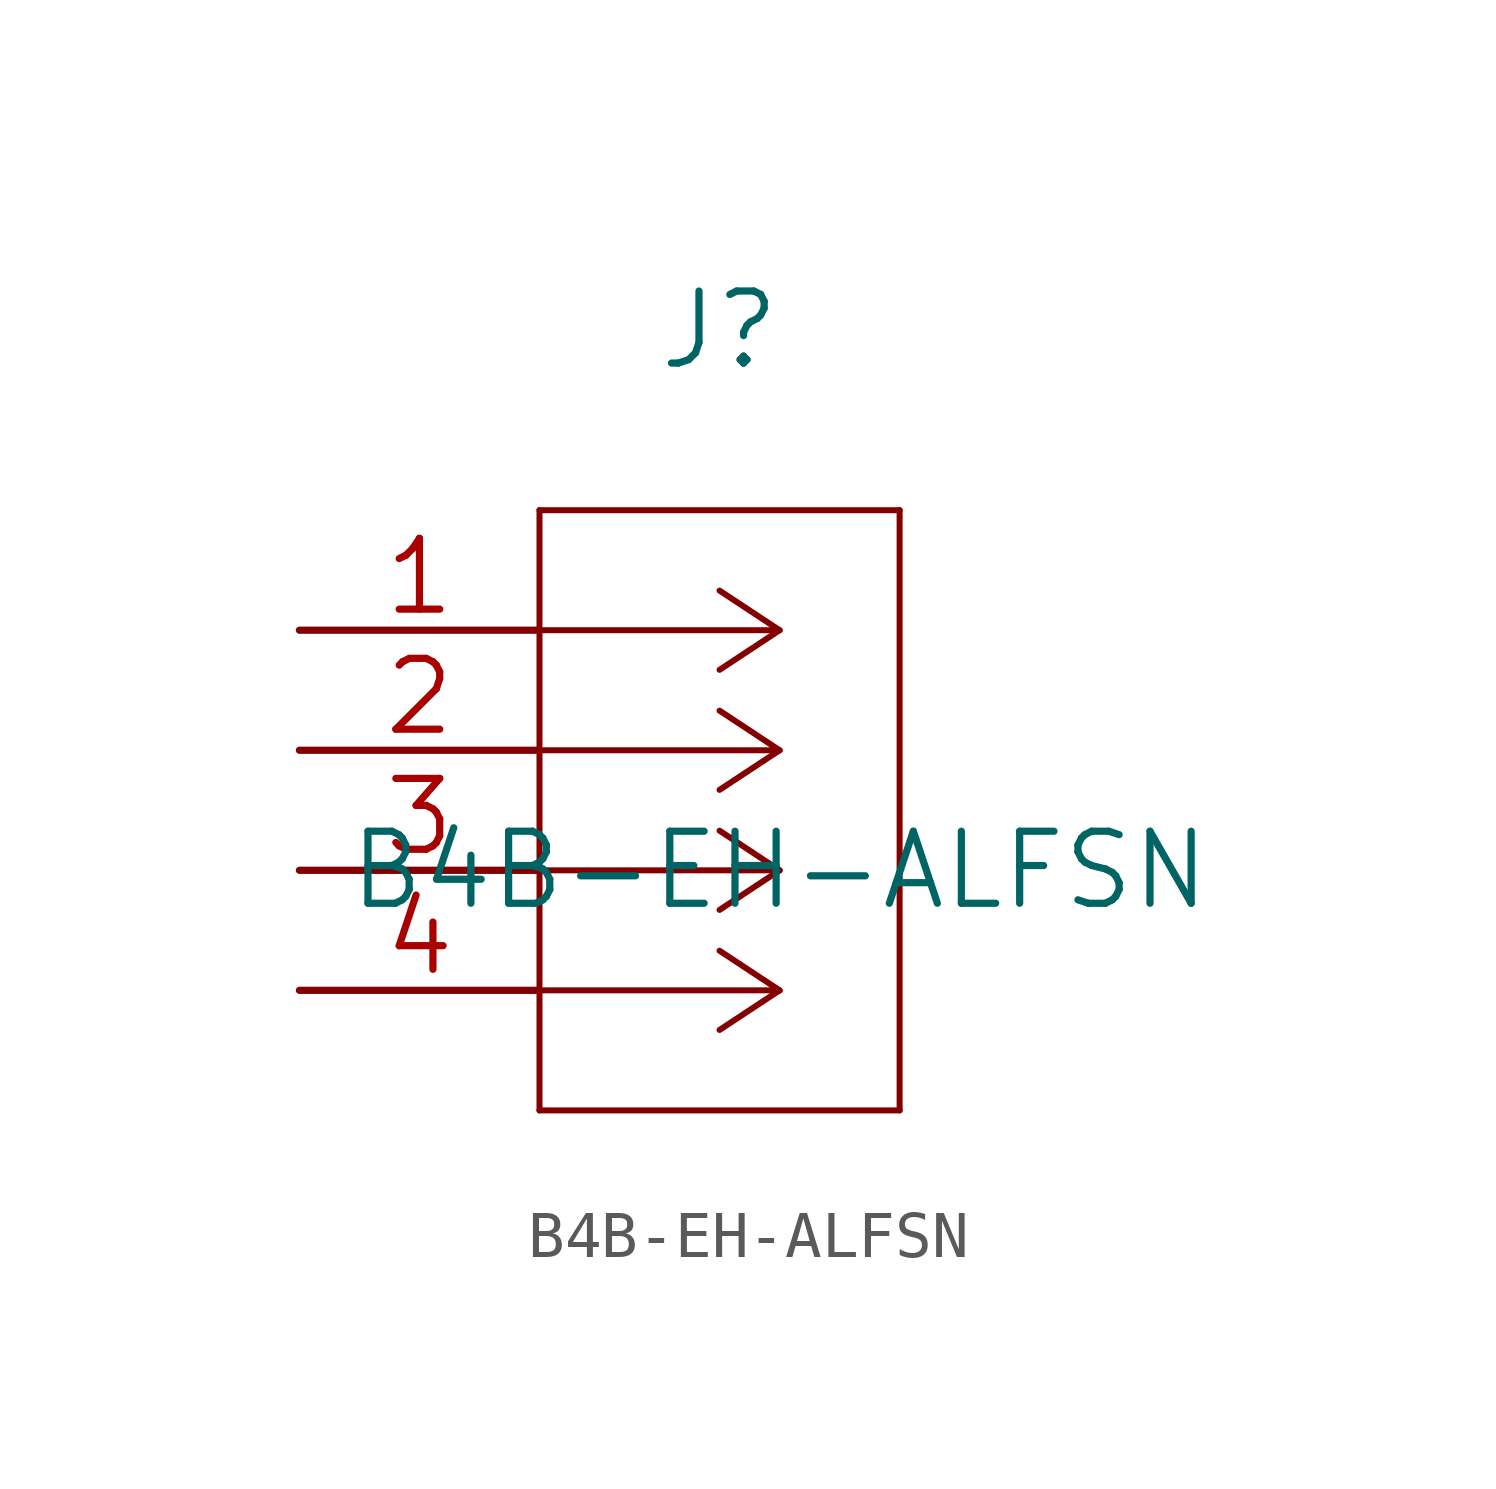
<source format=kicad_sym>
(kicad_symbol_lib
  (version 20211014)
  (generator kicad_symbol_editor)
  (symbol "B4B-EH-ALFSN"
    (pin_names
      (offset 0.254) hide)
    (property "Reference" "J"
      (at 8.89 6.35 0)
      (effects (font (size 1.524 1.524))))
    (property "Value" "B4B-EH-ALFSN"
      (at 10.16 -5.08 0)
      (effects (font (size 1.524 1.524))))
    (property "Datasheet" ""
      (at 0 0 0)
      (effects (font (size 1.524 1.524))))
    (property "ki_locked" ""
      (at 0 0 0)
      (effects (font (size 1.27 1.27))))
    (symbol "B4B-EH-ALFSN_1_1"
      (polyline (pts (xy 5.08 -10.16) (xy 12.7 -10.16)) (stroke (width 0.127) (type default) (color 0 0 0 0)) (fill (type none)))
      (polyline (pts (xy 5.08 2.54) (xy 5.08 -10.16)) (stroke (width 0.127) (type default) (color 0 0 0 0)) (fill (type none)))
      (polyline (pts (xy 10.16 -7.62) (xy 5.08 -7.62)) (stroke (width 0.127) (type default) (color 0 0 0 0)) (fill (type none)))
      (polyline (pts (xy 10.16 -7.62) (xy 8.89 -8.458)) (stroke (width 0.127) (type default) (color 0 0 0 0)) (fill (type none)))
      (polyline (pts (xy 10.16 -7.62) (xy 8.89 -6.782)) (stroke (width 0.127) (type default) (color 0 0 0 0)) (fill (type none)))
      (polyline (pts (xy 10.16 -5.08) (xy 5.08 -5.08)) (stroke (width 0.127) (type default) (color 0 0 0 0)) (fill (type none)))
      (polyline (pts (xy 10.16 -5.08) (xy 8.89 -5.918)) (stroke (width 0.127) (type default) (color 0 0 0 0)) (fill (type none)))
      (polyline (pts (xy 10.16 -5.08) (xy 8.89 -4.242)) (stroke (width 0.127) (type default) (color 0 0 0 0)) (fill (type none)))
      (polyline (pts (xy 10.16 -2.54) (xy 5.08 -2.54)) (stroke (width 0.127) (type default) (color 0 0 0 0)) (fill (type none)))
      (polyline (pts (xy 10.16 -2.54) (xy 8.89 -3.378)) (stroke (width 0.127) (type default) (color 0 0 0 0)) (fill (type none)))
      (polyline (pts (xy 10.16 -2.54) (xy 8.89 -1.702)) (stroke (width 0.127) (type default) (color 0 0 0 0)) (fill (type none)))
      (polyline (pts (xy 10.16 0) (xy 5.08 0)) (stroke (width 0.127) (type default) (color 0 0 0 0)) (fill (type none)))
      (polyline (pts (xy 10.16 0) (xy 8.89 -0.838)) (stroke (width 0.127) (type default) (color 0 0 0 0)) (fill (type none)))
      (polyline (pts (xy 10.16 0) (xy 8.89 0.838)) (stroke (width 0.127) (type default) (color 0 0 0 0)) (fill (type none)))
      (polyline (pts (xy 12.7 -10.16) (xy 12.7 2.54)) (stroke (width 0.127) (type default) (color 0 0 0 0)) (fill (type none)))
      (polyline (pts (xy 12.7 2.54) (xy 5.08 2.54)) (stroke (width 0.127) (type default) (color 0 0 0 0)) (fill (type none)))
      (pin unspecified line (at 0 0 0) (length 5.08) (name "1" (effects (font (size 1.499 1.499)))) (number "1" (effects (font (size 1.499 1.499)))))
      (pin unspecified line (at 0 -2.54 0) (length 5.08) (name "2" (effects (font (size 1.499 1.499)))) (number "2" (effects (font (size 1.499 1.499)))))
      (pin unspecified line (at 0 -5.08 0) (length 5.08) (name "3" (effects (font (size 1.499 1.499)))) (number "3" (effects (font (size 1.499 1.499)))))
      (pin unspecified line (at 0 -7.62 0) (length 5.08) (name "4" (effects (font (size 1.499 1.499)))) (number "4" (effects (font (size 1.499 1.499))))))))
</source>
